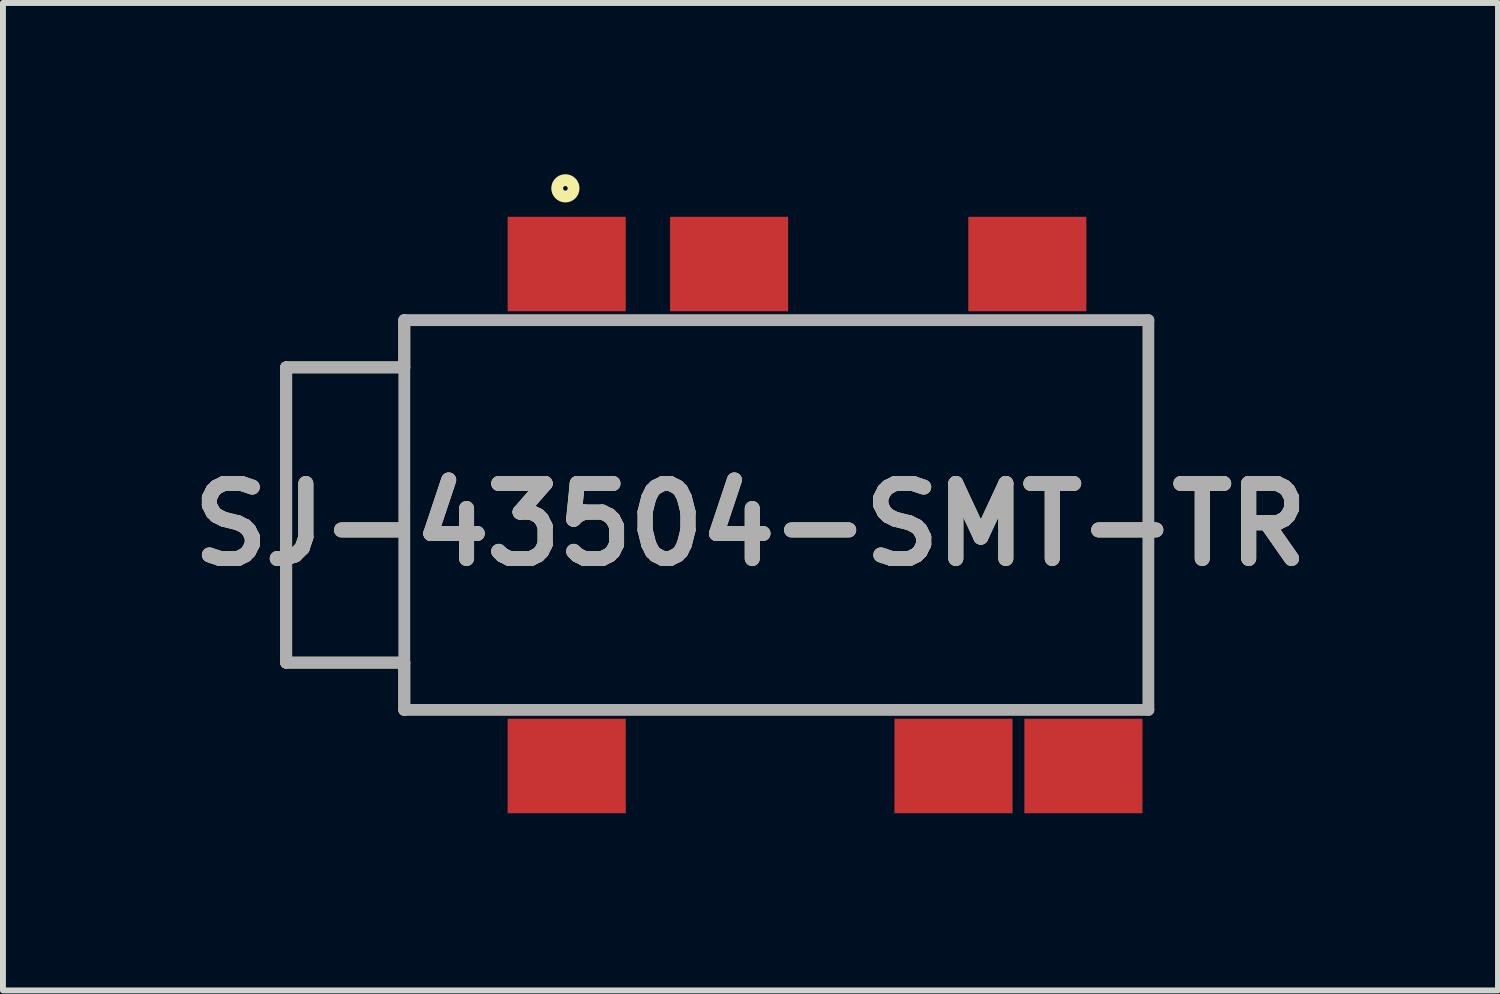
<source format=kicad_pcb>
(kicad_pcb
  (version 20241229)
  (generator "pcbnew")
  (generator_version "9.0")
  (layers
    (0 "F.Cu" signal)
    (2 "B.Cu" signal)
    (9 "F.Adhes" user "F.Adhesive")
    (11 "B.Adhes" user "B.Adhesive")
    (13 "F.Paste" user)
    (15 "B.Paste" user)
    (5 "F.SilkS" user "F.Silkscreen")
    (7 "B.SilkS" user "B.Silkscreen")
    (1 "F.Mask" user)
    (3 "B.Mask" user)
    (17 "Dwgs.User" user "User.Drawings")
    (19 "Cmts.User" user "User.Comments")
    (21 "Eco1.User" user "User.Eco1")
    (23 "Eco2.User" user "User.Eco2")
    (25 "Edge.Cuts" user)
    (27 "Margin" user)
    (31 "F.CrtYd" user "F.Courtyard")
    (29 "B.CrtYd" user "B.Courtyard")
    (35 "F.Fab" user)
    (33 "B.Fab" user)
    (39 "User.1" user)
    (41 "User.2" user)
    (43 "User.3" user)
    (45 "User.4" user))
  (footprint "SJ-43504-SMT-TR"
    (layer "F.Cu")
    (at 3.796 5.671)
    (property "Reference" "SJ-43504-SMT-TR" (at 5.862 0.162 0) (layer "F.SilkS") (effects (font (size 1.27 1.27) (thickness 0.254))))
    (attr smd)
    (fp_line (start -2 -2.5) (end -2 2.5) (stroke (width 0.2) (type solid)) (layer "F.SilkS"))
    (fp_line (start -2 2.5) (end 0 2.5) (stroke (width 0.2) (type solid)) (layer "F.SilkS"))
    (fp_line (start 0 -3.3) (end 0 -2.5) (stroke (width 0.2) (type solid)) (layer "F.SilkS"))
    (fp_line (start 0 -2.5) (end -2 -2.5) (stroke (width 0.2) (type solid)) (layer "F.SilkS"))
    (fp_line (start 0 2.5) (end 0 3.3) (stroke (width 0.2) (type solid)) (layer "F.SilkS"))
    (fp_circle (center 2.728 -5.532) (end 2.728 -5.493) (stroke (width 0.2) (type solid)) (fill no) (layer "F.SilkS"))
    (fp_line (start -2 -2.5) (end -2 2.5) (stroke (width 0.2) (type solid)) (layer "F.Fab"))
    (fp_line (start -2 2.5) (end 0 2.5) (stroke (width 0.2) (type solid)) (layer "F.Fab"))
    (fp_line (start 0 -3.3) (end 12.6 -3.3) (stroke (width 0.2) (type solid)) (layer "F.Fab"))
    (fp_line (start 0 -2.5) (end -2 -2.5) (stroke (width 0.2) (type solid)) (layer "F.Fab"))
    (fp_line (start 0 3.3) (end 0 -3.3) (stroke (width 0.2) (type solid)) (layer "F.Fab"))
    (fp_line (start 12.6 -3.3) (end 12.6 3.3) (stroke (width 0.2) (type solid)) (layer "F.Fab"))
    (fp_line (start 12.6 3.3) (end 0 3.3) (stroke (width 0.2) (type solid)) (layer "F.Fab"))
    (fp_text user "${REFERENCE}" (at 5.862 0.162 0) (layer "F.Fab") (effects (font (size 1.27 1.27) (thickness 0.254))))
    (pad "R1" smd rect (at 5.5 -4.25 90) (size 1.6 2) (layers "F.Cu" "F.Mask" "F.Paste"))
    (pad "R1N" smd rect (at 10.55 -4.25 90) (size 1.6 2) (layers "F.Cu" "F.Mask" "F.Paste"))
    (pad "R2" smd rect (at 2.75 4.25 90) (size 1.6 2) (layers "F.Cu" "F.Mask" "F.Paste"))
    (pad "S" smd rect (at 2.75 -4.25 90) (size 1.6 2) (layers "F.Cu" "F.Mask" "F.Paste"))
    (pad "T" smd rect (at 9.3 4.25 90) (size 1.6 2) (layers "F.Cu" "F.Mask" "F.Paste"))
    (pad "TN" smd rect (at 11.5 4.25 90) (size 1.6 2) (layers "F.Cu" "F.Mask" "F.Paste")))
  (gr_rect
    (start -3 -3)
    (end 22.316 13.721)
    (stroke (width 0.1) (type default))
    (fill no)
    (layer "Edge.Cuts")))
</source>
